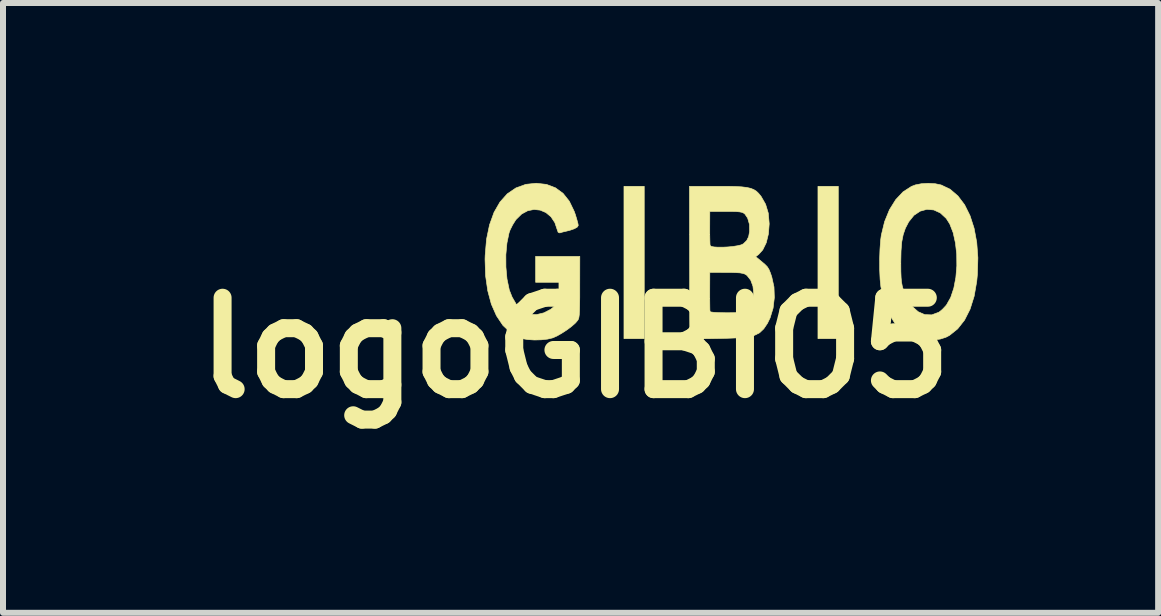
<source format=kicad_pcb>
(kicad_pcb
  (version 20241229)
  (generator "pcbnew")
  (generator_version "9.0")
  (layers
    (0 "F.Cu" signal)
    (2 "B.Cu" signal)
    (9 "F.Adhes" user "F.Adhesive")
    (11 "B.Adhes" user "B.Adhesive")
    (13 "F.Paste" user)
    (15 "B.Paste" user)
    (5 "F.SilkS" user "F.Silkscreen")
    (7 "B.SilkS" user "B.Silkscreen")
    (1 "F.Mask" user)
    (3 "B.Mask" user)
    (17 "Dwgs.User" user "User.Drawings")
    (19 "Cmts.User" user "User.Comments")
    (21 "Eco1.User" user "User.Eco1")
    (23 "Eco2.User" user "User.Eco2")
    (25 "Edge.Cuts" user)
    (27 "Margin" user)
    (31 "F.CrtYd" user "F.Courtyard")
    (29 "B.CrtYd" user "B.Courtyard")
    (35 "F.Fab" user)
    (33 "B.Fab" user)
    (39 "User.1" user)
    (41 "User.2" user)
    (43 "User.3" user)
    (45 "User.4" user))
  (footprint "logoGIBIO5"
    (layer "F.Cu")
    (at 6.539 2.748)
    (property "Reference" "logoGIBIO5" (at 0 0 0) (layer "F.SilkS") (effects (font (size 1.524 1.524) (thickness 0.3))))
    (attr through_hole)
    (fp_poly (pts (xy 1.151 -0.152) (xy 0.813 -0.152) (xy 0.813 -2.692) (xy 1.151 -2.692) (xy 1.151 -0.152)) (stroke (width 0.01) (type solid)) (fill yes) (layer "F.SilkS"))
    (fp_poly (pts (xy 4.386 -0.152) (xy 4.047 -0.152) (xy 4.047 -2.692) (xy 4.386 -2.692) (xy 4.386 -0.152)) (stroke (width 0.01) (type solid)) (fill yes) (layer "F.SilkS"))
    (fp_poly (pts (xy 6.003 -2.735) (xy 6.099 -2.715) (xy 6.249 -2.644) (xy 6.38 -2.532) (xy 6.492 -2.384) (xy 6.582 -2.203) (xy 6.65 -1.993) (xy 6.694 -1.757) (xy 6.713 -1.5) (xy 6.705 -1.224) (xy 6.694 -1.108) (xy 6.651 -0.86) (xy 6.583 -0.644) (xy 6.491 -0.462) (xy 6.376 -0.316) (xy 6.24 -0.207) (xy 6.179 -0.175) (xy 6.088 -0.146) (xy 5.977 -0.13) (xy 5.857 -0.127) (xy 5.741 -0.137) (xy 5.64 -0.161) (xy 5.602 -0.176) (xy 5.455 -0.271) (xy 5.33 -0.406) (xy 5.227 -0.576) (xy 5.149 -0.781) (xy 5.096 -1.016) (xy 5.083 -1.142) (xy 5.076 -1.3) (xy 5.076 -1.432) (xy 5.428 -1.432) (xy 5.428 -1.41) (xy 5.429 -1.272) (xy 5.433 -1.171) (xy 5.44 -1.096) (xy 5.452 -1.032) (xy 5.467 -0.978) (xy 5.532 -0.816) (xy 5.617 -0.69) (xy 5.718 -0.601) (xy 5.828 -0.553) (xy 5.944 -0.549) (xy 6.06 -0.592) (xy 6.07 -0.598) (xy 6.12 -0.639) (xy 6.174 -0.696) (xy 6.19 -0.715) (xy 6.26 -0.839) (xy 6.312 -0.995) (xy 6.346 -1.174) (xy 6.362 -1.365) (xy 6.36 -1.56) (xy 6.339 -1.747) (xy 6.301 -1.919) (xy 6.244 -2.065) (xy 6.186 -2.156) (xy 6.087 -2.248) (xy 5.978 -2.298) (xy 5.863 -2.308) (xy 5.752 -2.278) (xy 5.648 -2.209) (xy 5.561 -2.101) (xy 5.556 -2.092) (xy 5.504 -1.992) (xy 5.468 -1.887) (xy 5.444 -1.766) (xy 5.432 -1.618) (xy 5.428 -1.432) (xy 5.076 -1.432) (xy 5.075 -1.473) (xy 5.081 -1.644) (xy 5.092 -1.795) (xy 5.103 -1.877) (xy 5.158 -2.103) (xy 5.239 -2.302) (xy 5.343 -2.469) (xy 5.466 -2.6) (xy 5.605 -2.69) (xy 5.669 -2.715) (xy 5.77 -2.735) (xy 5.886 -2.742) (xy 6.003 -2.735)) (stroke (width 0.01) (type solid)) (fill yes) (layer "F.SilkS"))
    (fp_poly (pts (xy -0.479 -2.724) (xy -0.329 -2.667) (xy -0.202 -2.574) (xy -0.098 -2.443) (xy -0.017 -2.276) (xy 0.002 -2.223) (xy 0.027 -2.14) (xy 0.045 -2.074) (xy 0.051 -2.039) (xy 0.034 -2.012) (xy -0.013 -1.985) (xy -0.088 -1.959) (xy -0.152 -1.943) (xy -0.205 -1.931) (xy -0.247 -1.918) (xy -0.257 -1.915) (xy -0.284 -1.925) (xy -0.297 -1.961) (xy -0.339 -2.086) (xy -0.404 -2.184) (xy -0.488 -2.254) (xy -0.584 -2.295) (xy -0.687 -2.306) (xy -0.791 -2.285) (xy -0.892 -2.231) (xy -0.982 -2.143) (xy -0.995 -2.126) (xy -1.043 -2.049) (xy -1.085 -1.965) (xy -1.103 -1.915) (xy -1.138 -1.746) (xy -1.156 -1.551) (xy -1.155 -1.346) (xy -1.137 -1.147) (xy -1.1 -0.97) (xy -1.1 -0.967) (xy -1.052 -0.846) (xy -0.985 -0.73) (xy -0.908 -0.638) (xy -0.856 -0.596) (xy -0.756 -0.558) (xy -0.642 -0.554) (xy -0.522 -0.583) (xy -0.407 -0.642) (xy -0.318 -0.717) (xy -0.292 -0.748) (xy -0.278 -0.785) (xy -0.272 -0.842) (xy -0.271 -0.929) (xy -0.271 -1.092) (xy -0.66 -1.092) (xy -0.66 -1.524) (xy 0.077 -1.524) (xy 0.076 -1.018) (xy 0.076 -0.843) (xy 0.074 -0.712) (xy 0.072 -0.618) (xy 0.068 -0.552) (xy 0.062 -0.508) (xy 0.054 -0.479) (xy 0.044 -0.461) (xy 0.007 -0.416) (xy -0.055 -0.361) (xy -0.131 -0.303) (xy -0.215 -0.248) (xy -0.296 -0.201) (xy -0.368 -0.168) (xy -0.373 -0.166) (xy -0.46 -0.145) (xy -0.566 -0.133) (xy -0.68 -0.13) (xy -0.79 -0.137) (xy -0.884 -0.153) (xy -0.93 -0.167) (xy -1.078 -0.252) (xy -1.206 -0.375) (xy -1.313 -0.535) (xy -1.398 -0.728) (xy -1.458 -0.951) (xy -1.494 -1.202) (xy -1.503 -1.477) (xy -1.501 -1.538) (xy -1.478 -1.81) (xy -1.428 -2.05) (xy -1.353 -2.258) (xy -1.254 -2.43) (xy -1.132 -2.567) (xy -0.988 -2.665) (xy -0.823 -2.725) (xy -0.65 -2.743) (xy -0.479 -2.724)) (stroke (width 0.01) (type solid)) (fill yes) (layer "F.SilkS"))
    (fp_poly (pts (xy 2.541 -2.692) (xy 2.672 -2.689) (xy 2.777 -2.683) (xy 2.86 -2.673) (xy 2.926 -2.658) (xy 2.978 -2.637) (xy 3.021 -2.61) (xy 3.058 -2.574) (xy 3.094 -2.53) (xy 3.099 -2.524) (xy 3.174 -2.393) (xy 3.219 -2.244) (xy 3.234 -2.071) (xy 3.234 -2.063) (xy 3.221 -1.898) (xy 3.185 -1.751) (xy 3.127 -1.633) (xy 3.06 -1.558) (xy 3.009 -1.519) (xy 3.098 -1.446) (xy 3.161 -1.393) (xy 3.203 -1.35) (xy 3.231 -1.305) (xy 3.256 -1.244) (xy 3.277 -1.181) (xy 3.314 -1.014) (xy 3.32 -0.837) (xy 3.299 -0.661) (xy 3.249 -0.498) (xy 3.206 -0.409) (xy 3.144 -0.317) (xy 3.075 -0.251) (xy 2.99 -0.208) (xy 2.882 -0.18) (xy 2.855 -0.176) (xy 2.808 -0.171) (xy 2.737 -0.167) (xy 2.649 -0.163) (xy 2.548 -0.159) (xy 2.439 -0.156) (xy 2.329 -0.154) (xy 2.221 -0.152) (xy 2.122 -0.151) (xy 2.036 -0.152) (xy 1.969 -0.153) (xy 1.925 -0.155) (xy 1.911 -0.159) (xy 1.911 -0.185) (xy 1.91 -0.256) (xy 1.91 -0.369) (xy 1.909 -0.518) (xy 1.909 -0.699) (xy 1.908 -0.906) (xy 1.908 -0.94) (xy 2.243 -0.94) (xy 2.243 -0.817) (xy 2.244 -0.714) (xy 2.245 -0.639) (xy 2.248 -0.604) (xy 2.248 -0.603) (xy 2.266 -0.597) (xy 2.312 -0.591) (xy 2.381 -0.587) (xy 2.466 -0.585) (xy 2.529 -0.584) (xy 2.635 -0.585) (xy 2.714 -0.588) (xy 2.771 -0.594) (xy 2.812 -0.603) (xy 2.842 -0.617) (xy 2.861 -0.631) (xy 2.924 -0.707) (xy 2.962 -0.806) (xy 2.975 -0.916) (xy 2.963 -1.027) (xy 2.926 -1.127) (xy 2.864 -1.206) (xy 2.857 -1.211) (xy 2.831 -1.228) (xy 2.796 -1.24) (xy 2.747 -1.249) (xy 2.68 -1.253) (xy 2.587 -1.256) (xy 2.523 -1.256) (xy 2.244 -1.257) (xy 2.243 -0.94) (xy 1.908 -0.94) (xy 1.908 -1.135) (xy 1.907 -1.38) (xy 1.907 -1.429) (xy 1.906 -2.007) (xy 2.243 -2.007) (xy 2.243 -1.892) (xy 2.245 -1.796) (xy 2.247 -1.728) (xy 2.25 -1.705) (xy 2.269 -1.69) (xy 2.315 -1.681) (xy 2.381 -1.677) (xy 2.46 -1.677) (xy 2.545 -1.681) (xy 2.628 -1.689) (xy 2.704 -1.701) (xy 2.764 -1.715) (xy 2.803 -1.733) (xy 2.804 -1.734) (xy 2.86 -1.789) (xy 2.892 -1.855) (xy 2.907 -1.94) (xy 2.905 -2.058) (xy 2.875 -2.161) (xy 2.83 -2.228) (xy 2.809 -2.245) (xy 2.781 -2.258) (xy 2.74 -2.266) (xy 2.682 -2.271) (xy 2.599 -2.273) (xy 2.515 -2.273) (xy 2.244 -2.273) (xy 2.243 -2.007) (xy 1.906 -2.007) (xy 1.905 -2.692) (xy 2.38 -2.692) (xy 2.541 -2.692)) (stroke (width 0.01) (type solid)) (fill yes) (layer "F.SilkS")))
  (gr_rect
    (start -3 -3)
    (end 16.257 7.166)
    (stroke (width 0.1) (type default))
    (fill no)
    (layer "Edge.Cuts")))
</source>
